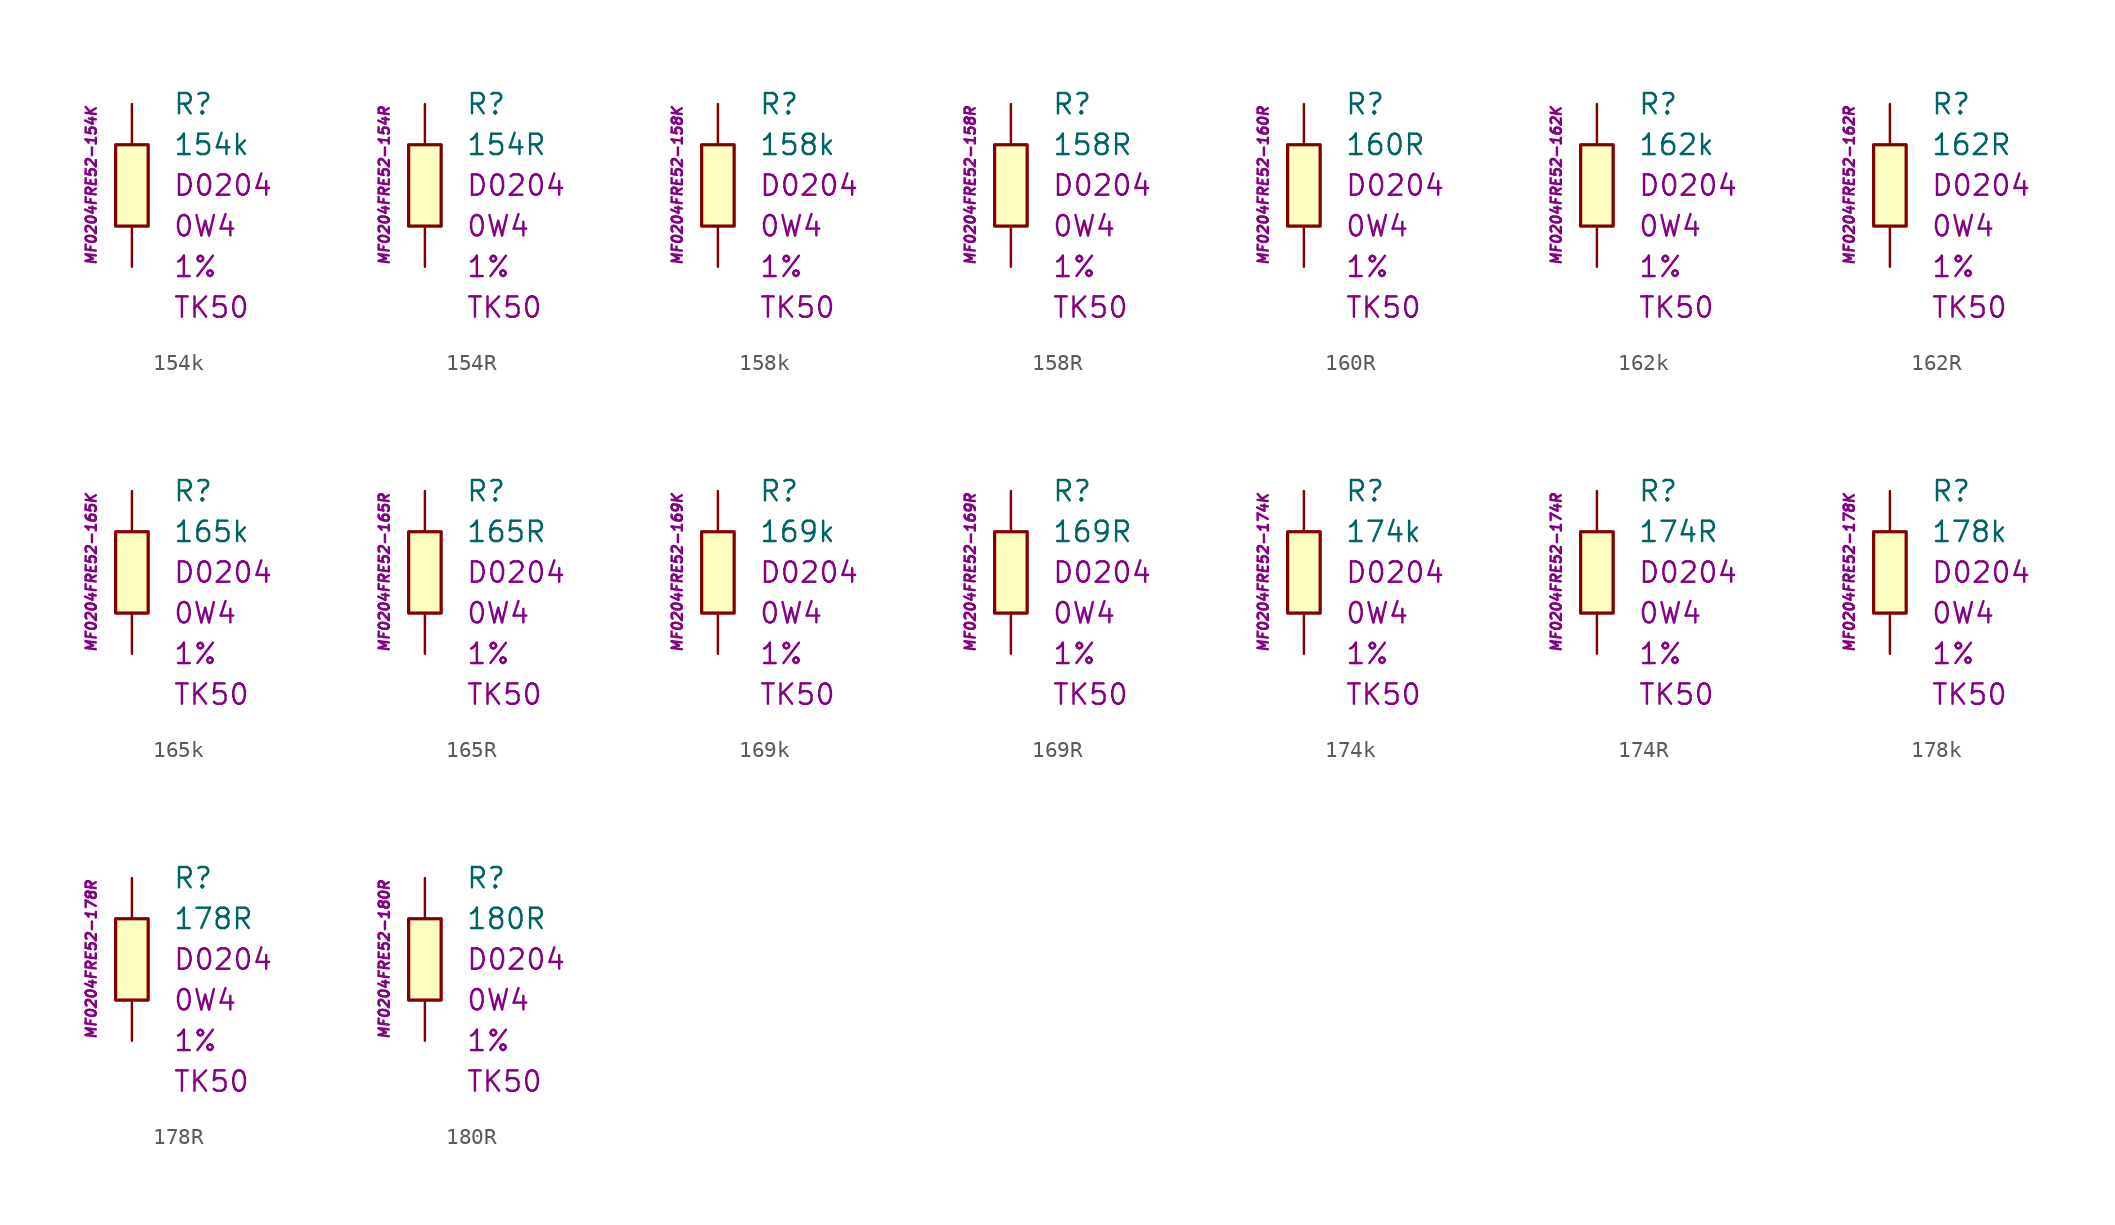
<source format=kicad_sym>
(kicad_symbol_lib
  (version 20201005)
  (generator kicad_symbol_editor)
  (symbol "154k"
    (pin_numbers hide)
    (pin_names
      (offset 1.016) hide)
    (property "Reference" "R"
      (at 2.54 5.08 0)
      (effects (font (size 1.27 1.27)) (justify left)))
    (property "Value" "154k"
      (at 2.54 2.54 0)
      (effects (font (size 1.27 1.27)) (justify left)))
    (property "Package" "D0204"
      (at 2.54 0 0)
      (effects (font (size 1.27 1.27)) (justify left)))
    (property "Power" "0W4"
      (at 2.54 -2.54 0)
      (effects (font (size 1.27 1.27)) (justify left)))
    (property "Tolerance" "1%"
      (at 2.54 -5.08 0)
      (effects (font (size 1.27 1.27)) (justify left)))
    (property "TK" "TK50"
      (at 2.54 -7.62 0)
      (effects (font (size 1.27 1.27)) (justify left)))
    (property "ID" "MF0204FRE52-154K"
      (at -2.54 0 90)
      (effects (font (size 0.635 0.635) italic)))
    (symbol "154k_0_1"
      (rectangle (start -1.016 2.54) (end 1.016 -2.54) (stroke (width 0.203)) (fill (type background))))
    (symbol "154k_1_1"
      (pin passive line (at 0 5.08 270) (length 2.54) (name "~" (effects (font (size 1.778 1.778)))) (number "1" (effects (font (size 1.778 1.778)))))
      (pin passive line (at 0 -5.08 90) (length 2.54) (name "~" (effects (font (size 1.778 1.778)))) (number "2" (effects (font (size 1.778 1.778)))))))
  (symbol "154R"
    (pin_numbers hide)
    (pin_names
      (offset 1.016) hide)
    (property "Reference" "R"
      (at 2.54 5.08 0)
      (effects (font (size 1.27 1.27)) (justify left)))
    (property "Value" "154R"
      (at 2.54 2.54 0)
      (effects (font (size 1.27 1.27)) (justify left)))
    (property "Package" "D0204"
      (at 2.54 0 0)
      (effects (font (size 1.27 1.27)) (justify left)))
    (property "Power" "0W4"
      (at 2.54 -2.54 0)
      (effects (font (size 1.27 1.27)) (justify left)))
    (property "Tolerance" "1%"
      (at 2.54 -5.08 0)
      (effects (font (size 1.27 1.27)) (justify left)))
    (property "TK" "TK50"
      (at 2.54 -7.62 0)
      (effects (font (size 1.27 1.27)) (justify left)))
    (property "ID" "MF0204FRE52-154R"
      (at -2.54 0 90)
      (effects (font (size 0.635 0.635) italic)))
    (symbol "154R_0_1"
      (rectangle (start -1.016 2.54) (end 1.016 -2.54) (stroke (width 0.203)) (fill (type background))))
    (symbol "154R_1_1"
      (pin passive line (at 0 5.08 270) (length 2.54) (name "~" (effects (font (size 1.778 1.778)))) (number "1" (effects (font (size 1.778 1.778)))))
      (pin passive line (at 0 -5.08 90) (length 2.54) (name "~" (effects (font (size 1.778 1.778)))) (number "2" (effects (font (size 1.778 1.778)))))))
  (symbol "158k"
    (pin_numbers hide)
    (pin_names
      (offset 1.016) hide)
    (property "Reference" "R"
      (at 2.54 5.08 0)
      (effects (font (size 1.27 1.27)) (justify left)))
    (property "Value" "158k"
      (at 2.54 2.54 0)
      (effects (font (size 1.27 1.27)) (justify left)))
    (property "Package" "D0204"
      (at 2.54 0 0)
      (effects (font (size 1.27 1.27)) (justify left)))
    (property "Power" "0W4"
      (at 2.54 -2.54 0)
      (effects (font (size 1.27 1.27)) (justify left)))
    (property "Tolerance" "1%"
      (at 2.54 -5.08 0)
      (effects (font (size 1.27 1.27)) (justify left)))
    (property "TK" "TK50"
      (at 2.54 -7.62 0)
      (effects (font (size 1.27 1.27)) (justify left)))
    (property "ID" "MF0204FRE52-158K"
      (at -2.54 0 90)
      (effects (font (size 0.635 0.635) italic)))
    (symbol "158k_0_1"
      (rectangle (start -1.016 2.54) (end 1.016 -2.54) (stroke (width 0.203)) (fill (type background))))
    (symbol "158k_1_1"
      (pin passive line (at 0 5.08 270) (length 2.54) (name "~" (effects (font (size 1.778 1.778)))) (number "1" (effects (font (size 1.778 1.778)))))
      (pin passive line (at 0 -5.08 90) (length 2.54) (name "~" (effects (font (size 1.778 1.778)))) (number "2" (effects (font (size 1.778 1.778)))))))
  (symbol "158R"
    (pin_numbers hide)
    (pin_names
      (offset 1.016) hide)
    (property "Reference" "R"
      (at 2.54 5.08 0)
      (effects (font (size 1.27 1.27)) (justify left)))
    (property "Value" "158R"
      (at 2.54 2.54 0)
      (effects (font (size 1.27 1.27)) (justify left)))
    (property "Package" "D0204"
      (at 2.54 0 0)
      (effects (font (size 1.27 1.27)) (justify left)))
    (property "Power" "0W4"
      (at 2.54 -2.54 0)
      (effects (font (size 1.27 1.27)) (justify left)))
    (property "Tolerance" "1%"
      (at 2.54 -5.08 0)
      (effects (font (size 1.27 1.27)) (justify left)))
    (property "TK" "TK50"
      (at 2.54 -7.62 0)
      (effects (font (size 1.27 1.27)) (justify left)))
    (property "ID" "MF0204FRE52-158R"
      (at -2.54 0 90)
      (effects (font (size 0.635 0.635) italic)))
    (symbol "158R_0_1"
      (rectangle (start -1.016 2.54) (end 1.016 -2.54) (stroke (width 0.203)) (fill (type background))))
    (symbol "158R_1_1"
      (pin passive line (at 0 5.08 270) (length 2.54) (name "~" (effects (font (size 1.778 1.778)))) (number "1" (effects (font (size 1.778 1.778)))))
      (pin passive line (at 0 -5.08 90) (length 2.54) (name "~" (effects (font (size 1.778 1.778)))) (number "2" (effects (font (size 1.778 1.778)))))))
  (symbol "160R"
    (pin_numbers hide)
    (pin_names
      (offset 1.016) hide)
    (property "Reference" "R"
      (at 2.54 5.08 0)
      (effects (font (size 1.27 1.27)) (justify left)))
    (property "Value" "160R"
      (at 2.54 2.54 0)
      (effects (font (size 1.27 1.27)) (justify left)))
    (property "Package" "D0204"
      (at 2.54 0 0)
      (effects (font (size 1.27 1.27)) (justify left)))
    (property "Power" "0W4"
      (at 2.54 -2.54 0)
      (effects (font (size 1.27 1.27)) (justify left)))
    (property "Tolerance" "1%"
      (at 2.54 -5.08 0)
      (effects (font (size 1.27 1.27)) (justify left)))
    (property "TK" "TK50"
      (at 2.54 -7.62 0)
      (effects (font (size 1.27 1.27)) (justify left)))
    (property "ID" "MF0204FRE52-160R"
      (at -2.54 0 90)
      (effects (font (size 0.635 0.635) italic)))
    (symbol "160R_0_1"
      (rectangle (start -1.016 2.54) (end 1.016 -2.54) (stroke (width 0.203)) (fill (type background))))
    (symbol "160R_1_1"
      (pin passive line (at 0 5.08 270) (length 2.54) (name "~" (effects (font (size 1.778 1.778)))) (number "1" (effects (font (size 1.778 1.778)))))
      (pin passive line (at 0 -5.08 90) (length 2.54) (name "~" (effects (font (size 1.778 1.778)))) (number "2" (effects (font (size 1.778 1.778)))))))
  (symbol "162k"
    (pin_numbers hide)
    (pin_names
      (offset 1.016) hide)
    (property "Reference" "R"
      (at 2.54 5.08 0)
      (effects (font (size 1.27 1.27)) (justify left)))
    (property "Value" "162k"
      (at 2.54 2.54 0)
      (effects (font (size 1.27 1.27)) (justify left)))
    (property "Package" "D0204"
      (at 2.54 0 0)
      (effects (font (size 1.27 1.27)) (justify left)))
    (property "Power" "0W4"
      (at 2.54 -2.54 0)
      (effects (font (size 1.27 1.27)) (justify left)))
    (property "Tolerance" "1%"
      (at 2.54 -5.08 0)
      (effects (font (size 1.27 1.27)) (justify left)))
    (property "TK" "TK50"
      (at 2.54 -7.62 0)
      (effects (font (size 1.27 1.27)) (justify left)))
    (property "ID" "MF0204FRE52-162K"
      (at -2.54 0 90)
      (effects (font (size 0.635 0.635) italic)))
    (symbol "162k_0_1"
      (rectangle (start -1.016 2.54) (end 1.016 -2.54) (stroke (width 0.203)) (fill (type background))))
    (symbol "162k_1_1"
      (pin passive line (at 0 5.08 270) (length 2.54) (name "~" (effects (font (size 1.778 1.778)))) (number "1" (effects (font (size 1.778 1.778)))))
      (pin passive line (at 0 -5.08 90) (length 2.54) (name "~" (effects (font (size 1.778 1.778)))) (number "2" (effects (font (size 1.778 1.778)))))))
  (symbol "162R"
    (pin_numbers hide)
    (pin_names
      (offset 1.016) hide)
    (property "Reference" "R"
      (at 2.54 5.08 0)
      (effects (font (size 1.27 1.27)) (justify left)))
    (property "Value" "162R"
      (at 2.54 2.54 0)
      (effects (font (size 1.27 1.27)) (justify left)))
    (property "Package" "D0204"
      (at 2.54 0 0)
      (effects (font (size 1.27 1.27)) (justify left)))
    (property "Power" "0W4"
      (at 2.54 -2.54 0)
      (effects (font (size 1.27 1.27)) (justify left)))
    (property "Tolerance" "1%"
      (at 2.54 -5.08 0)
      (effects (font (size 1.27 1.27)) (justify left)))
    (property "TK" "TK50"
      (at 2.54 -7.62 0)
      (effects (font (size 1.27 1.27)) (justify left)))
    (property "ID" "MF0204FRE52-162R"
      (at -2.54 0 90)
      (effects (font (size 0.635 0.635) italic)))
    (symbol "162R_0_1"
      (rectangle (start -1.016 2.54) (end 1.016 -2.54) (stroke (width 0.203)) (fill (type background))))
    (symbol "162R_1_1"
      (pin passive line (at 0 5.08 270) (length 2.54) (name "~" (effects (font (size 1.778 1.778)))) (number "1" (effects (font (size 1.778 1.778)))))
      (pin passive line (at 0 -5.08 90) (length 2.54) (name "~" (effects (font (size 1.778 1.778)))) (number "2" (effects (font (size 1.778 1.778)))))))
  (symbol "165k"
    (pin_numbers hide)
    (pin_names
      (offset 1.016) hide)
    (property "Reference" "R"
      (at 2.54 5.08 0)
      (effects (font (size 1.27 1.27)) (justify left)))
    (property "Value" "165k"
      (at 2.54 2.54 0)
      (effects (font (size 1.27 1.27)) (justify left)))
    (property "Package" "D0204"
      (at 2.54 0 0)
      (effects (font (size 1.27 1.27)) (justify left)))
    (property "Power" "0W4"
      (at 2.54 -2.54 0)
      (effects (font (size 1.27 1.27)) (justify left)))
    (property "Tolerance" "1%"
      (at 2.54 -5.08 0)
      (effects (font (size 1.27 1.27)) (justify left)))
    (property "TK" "TK50"
      (at 2.54 -7.62 0)
      (effects (font (size 1.27 1.27)) (justify left)))
    (property "ID" "MF0204FRE52-165K"
      (at -2.54 0 90)
      (effects (font (size 0.635 0.635) italic)))
    (symbol "165k_0_1"
      (rectangle (start -1.016 2.54) (end 1.016 -2.54) (stroke (width 0.203)) (fill (type background))))
    (symbol "165k_1_1"
      (pin passive line (at 0 5.08 270) (length 2.54) (name "~" (effects (font (size 1.778 1.778)))) (number "1" (effects (font (size 1.778 1.778)))))
      (pin passive line (at 0 -5.08 90) (length 2.54) (name "~" (effects (font (size 1.778 1.778)))) (number "2" (effects (font (size 1.778 1.778)))))))
  (symbol "165R"
    (pin_numbers hide)
    (pin_names
      (offset 1.016) hide)
    (property "Reference" "R"
      (at 2.54 5.08 0)
      (effects (font (size 1.27 1.27)) (justify left)))
    (property "Value" "165R"
      (at 2.54 2.54 0)
      (effects (font (size 1.27 1.27)) (justify left)))
    (property "Package" "D0204"
      (at 2.54 0 0)
      (effects (font (size 1.27 1.27)) (justify left)))
    (property "Power" "0W4"
      (at 2.54 -2.54 0)
      (effects (font (size 1.27 1.27)) (justify left)))
    (property "Tolerance" "1%"
      (at 2.54 -5.08 0)
      (effects (font (size 1.27 1.27)) (justify left)))
    (property "TK" "TK50"
      (at 2.54 -7.62 0)
      (effects (font (size 1.27 1.27)) (justify left)))
    (property "ID" "MF0204FRE52-165R"
      (at -2.54 0 90)
      (effects (font (size 0.635 0.635) italic)))
    (symbol "165R_0_1"
      (rectangle (start -1.016 2.54) (end 1.016 -2.54) (stroke (width 0.203)) (fill (type background))))
    (symbol "165R_1_1"
      (pin passive line (at 0 5.08 270) (length 2.54) (name "~" (effects (font (size 1.778 1.778)))) (number "1" (effects (font (size 1.778 1.778)))))
      (pin passive line (at 0 -5.08 90) (length 2.54) (name "~" (effects (font (size 1.778 1.778)))) (number "2" (effects (font (size 1.778 1.778)))))))
  (symbol "169k"
    (pin_numbers hide)
    (pin_names
      (offset 1.016) hide)
    (property "Reference" "R"
      (at 2.54 5.08 0)
      (effects (font (size 1.27 1.27)) (justify left)))
    (property "Value" "169k"
      (at 2.54 2.54 0)
      (effects (font (size 1.27 1.27)) (justify left)))
    (property "Package" "D0204"
      (at 2.54 0 0)
      (effects (font (size 1.27 1.27)) (justify left)))
    (property "Power" "0W4"
      (at 2.54 -2.54 0)
      (effects (font (size 1.27 1.27)) (justify left)))
    (property "Tolerance" "1%"
      (at 2.54 -5.08 0)
      (effects (font (size 1.27 1.27)) (justify left)))
    (property "TK" "TK50"
      (at 2.54 -7.62 0)
      (effects (font (size 1.27 1.27)) (justify left)))
    (property "ID" "MF0204FRE52-169K"
      (at -2.54 0 90)
      (effects (font (size 0.635 0.635) italic)))
    (symbol "169k_0_1"
      (rectangle (start -1.016 2.54) (end 1.016 -2.54) (stroke (width 0.203)) (fill (type background))))
    (symbol "169k_1_1"
      (pin passive line (at 0 5.08 270) (length 2.54) (name "~" (effects (font (size 1.778 1.778)))) (number "1" (effects (font (size 1.778 1.778)))))
      (pin passive line (at 0 -5.08 90) (length 2.54) (name "~" (effects (font (size 1.778 1.778)))) (number "2" (effects (font (size 1.778 1.778)))))))
  (symbol "169R"
    (pin_numbers hide)
    (pin_names
      (offset 1.016) hide)
    (property "Reference" "R"
      (at 2.54 5.08 0)
      (effects (font (size 1.27 1.27)) (justify left)))
    (property "Value" "169R"
      (at 2.54 2.54 0)
      (effects (font (size 1.27 1.27)) (justify left)))
    (property "Package" "D0204"
      (at 2.54 0 0)
      (effects (font (size 1.27 1.27)) (justify left)))
    (property "Power" "0W4"
      (at 2.54 -2.54 0)
      (effects (font (size 1.27 1.27)) (justify left)))
    (property "Tolerance" "1%"
      (at 2.54 -5.08 0)
      (effects (font (size 1.27 1.27)) (justify left)))
    (property "TK" "TK50"
      (at 2.54 -7.62 0)
      (effects (font (size 1.27 1.27)) (justify left)))
    (property "ID" "MF0204FRE52-169R"
      (at -2.54 0 90)
      (effects (font (size 0.635 0.635) italic)))
    (symbol "169R_0_1"
      (rectangle (start -1.016 2.54) (end 1.016 -2.54) (stroke (width 0.203)) (fill (type background))))
    (symbol "169R_1_1"
      (pin passive line (at 0 5.08 270) (length 2.54) (name "~" (effects (font (size 1.778 1.778)))) (number "1" (effects (font (size 1.778 1.778)))))
      (pin passive line (at 0 -5.08 90) (length 2.54) (name "~" (effects (font (size 1.778 1.778)))) (number "2" (effects (font (size 1.778 1.778)))))))
  (symbol "174k"
    (pin_numbers hide)
    (pin_names
      (offset 1.016) hide)
    (property "Reference" "R"
      (at 2.54 5.08 0)
      (effects (font (size 1.27 1.27)) (justify left)))
    (property "Value" "174k"
      (at 2.54 2.54 0)
      (effects (font (size 1.27 1.27)) (justify left)))
    (property "Package" "D0204"
      (at 2.54 0 0)
      (effects (font (size 1.27 1.27)) (justify left)))
    (property "Power" "0W4"
      (at 2.54 -2.54 0)
      (effects (font (size 1.27 1.27)) (justify left)))
    (property "Tolerance" "1%"
      (at 2.54 -5.08 0)
      (effects (font (size 1.27 1.27)) (justify left)))
    (property "TK" "TK50"
      (at 2.54 -7.62 0)
      (effects (font (size 1.27 1.27)) (justify left)))
    (property "ID" "MF0204FRE52-174K"
      (at -2.54 0 90)
      (effects (font (size 0.635 0.635) italic)))
    (symbol "174k_0_1"
      (rectangle (start -1.016 2.54) (end 1.016 -2.54) (stroke (width 0.203)) (fill (type background))))
    (symbol "174k_1_1"
      (pin passive line (at 0 5.08 270) (length 2.54) (name "~" (effects (font (size 1.778 1.778)))) (number "1" (effects (font (size 1.778 1.778)))))
      (pin passive line (at 0 -5.08 90) (length 2.54) (name "~" (effects (font (size 1.778 1.778)))) (number "2" (effects (font (size 1.778 1.778)))))))
  (symbol "174R"
    (pin_numbers hide)
    (pin_names
      (offset 1.016) hide)
    (property "Reference" "R"
      (at 2.54 5.08 0)
      (effects (font (size 1.27 1.27)) (justify left)))
    (property "Value" "174R"
      (at 2.54 2.54 0)
      (effects (font (size 1.27 1.27)) (justify left)))
    (property "Package" "D0204"
      (at 2.54 0 0)
      (effects (font (size 1.27 1.27)) (justify left)))
    (property "Power" "0W4"
      (at 2.54 -2.54 0)
      (effects (font (size 1.27 1.27)) (justify left)))
    (property "Tolerance" "1%"
      (at 2.54 -5.08 0)
      (effects (font (size 1.27 1.27)) (justify left)))
    (property "TK" "TK50"
      (at 2.54 -7.62 0)
      (effects (font (size 1.27 1.27)) (justify left)))
    (property "ID" "MF0204FRE52-174R"
      (at -2.54 0 90)
      (effects (font (size 0.635 0.635) italic)))
    (symbol "174R_0_1"
      (rectangle (start -1.016 2.54) (end 1.016 -2.54) (stroke (width 0.203)) (fill (type background))))
    (symbol "174R_1_1"
      (pin passive line (at 0 5.08 270) (length 2.54) (name "~" (effects (font (size 1.778 1.778)))) (number "1" (effects (font (size 1.778 1.778)))))
      (pin passive line (at 0 -5.08 90) (length 2.54) (name "~" (effects (font (size 1.778 1.778)))) (number "2" (effects (font (size 1.778 1.778)))))))
  (symbol "178k"
    (pin_numbers hide)
    (pin_names
      (offset 1.016) hide)
    (property "Reference" "R"
      (at 2.54 5.08 0)
      (effects (font (size 1.27 1.27)) (justify left)))
    (property "Value" "178k"
      (at 2.54 2.54 0)
      (effects (font (size 1.27 1.27)) (justify left)))
    (property "Package" "D0204"
      (at 2.54 0 0)
      (effects (font (size 1.27 1.27)) (justify left)))
    (property "Power" "0W4"
      (at 2.54 -2.54 0)
      (effects (font (size 1.27 1.27)) (justify left)))
    (property "Tolerance" "1%"
      (at 2.54 -5.08 0)
      (effects (font (size 1.27 1.27)) (justify left)))
    (property "TK" "TK50"
      (at 2.54 -7.62 0)
      (effects (font (size 1.27 1.27)) (justify left)))
    (property "ID" "MF0204FRE52-178K"
      (at -2.54 0 90)
      (effects (font (size 0.635 0.635) italic)))
    (symbol "178k_0_1"
      (rectangle (start -1.016 2.54) (end 1.016 -2.54) (stroke (width 0.203)) (fill (type background))))
    (symbol "178k_1_1"
      (pin passive line (at 0 5.08 270) (length 2.54) (name "~" (effects (font (size 1.778 1.778)))) (number "1" (effects (font (size 1.778 1.778)))))
      (pin passive line (at 0 -5.08 90) (length 2.54) (name "~" (effects (font (size 1.778 1.778)))) (number "2" (effects (font (size 1.778 1.778)))))))
  (symbol "178R"
    (pin_numbers hide)
    (pin_names
      (offset 1.016) hide)
    (property "Reference" "R"
      (at 2.54 5.08 0)
      (effects (font (size 1.27 1.27)) (justify left)))
    (property "Value" "178R"
      (at 2.54 2.54 0)
      (effects (font (size 1.27 1.27)) (justify left)))
    (property "Package" "D0204"
      (at 2.54 0 0)
      (effects (font (size 1.27 1.27)) (justify left)))
    (property "Power" "0W4"
      (at 2.54 -2.54 0)
      (effects (font (size 1.27 1.27)) (justify left)))
    (property "Tolerance" "1%"
      (at 2.54 -5.08 0)
      (effects (font (size 1.27 1.27)) (justify left)))
    (property "TK" "TK50"
      (at 2.54 -7.62 0)
      (effects (font (size 1.27 1.27)) (justify left)))
    (property "ID" "MF0204FRE52-178R"
      (at -2.54 0 90)
      (effects (font (size 0.635 0.635) italic)))
    (symbol "178R_0_1"
      (rectangle (start -1.016 2.54) (end 1.016 -2.54) (stroke (width 0.203)) (fill (type background))))
    (symbol "178R_1_1"
      (pin passive line (at 0 5.08 270) (length 2.54) (name "~" (effects (font (size 1.778 1.778)))) (number "1" (effects (font (size 1.778 1.778)))))
      (pin passive line (at 0 -5.08 90) (length 2.54) (name "~" (effects (font (size 1.778 1.778)))) (number "2" (effects (font (size 1.778 1.778)))))))
  (symbol "180R"
    (pin_numbers hide)
    (pin_names
      (offset 1.016) hide)
    (property "Reference" "R"
      (at 2.54 5.08 0)
      (effects (font (size 1.27 1.27)) (justify left)))
    (property "Value" "180R"
      (at 2.54 2.54 0)
      (effects (font (size 1.27 1.27)) (justify left)))
    (property "Package" "D0204"
      (at 2.54 0 0)
      (effects (font (size 1.27 1.27)) (justify left)))
    (property "Power" "0W4"
      (at 2.54 -2.54 0)
      (effects (font (size 1.27 1.27)) (justify left)))
    (property "Tolerance" "1%"
      (at 2.54 -5.08 0)
      (effects (font (size 1.27 1.27)) (justify left)))
    (property "TK" "TK50"
      (at 2.54 -7.62 0)
      (effects (font (size 1.27 1.27)) (justify left)))
    (property "ID" "MF0204FRE52-180R"
      (at -2.54 0 90)
      (effects (font (size 0.635 0.635) italic)))
    (symbol "180R_0_1"
      (rectangle (start -1.016 2.54) (end 1.016 -2.54) (stroke (width 0.203)) (fill (type background))))
    (symbol "180R_1_1"
      (pin passive line (at 0 5.08 270) (length 2.54) (name "~" (effects (font (size 1.778 1.778)))) (number "1" (effects (font (size 1.778 1.778)))))
      (pin passive line (at 0 -5.08 90) (length 2.54) (name "~" (effects (font (size 1.778 1.778)))) (number "2" (effects (font (size 1.778 1.778))))))))
</source>
